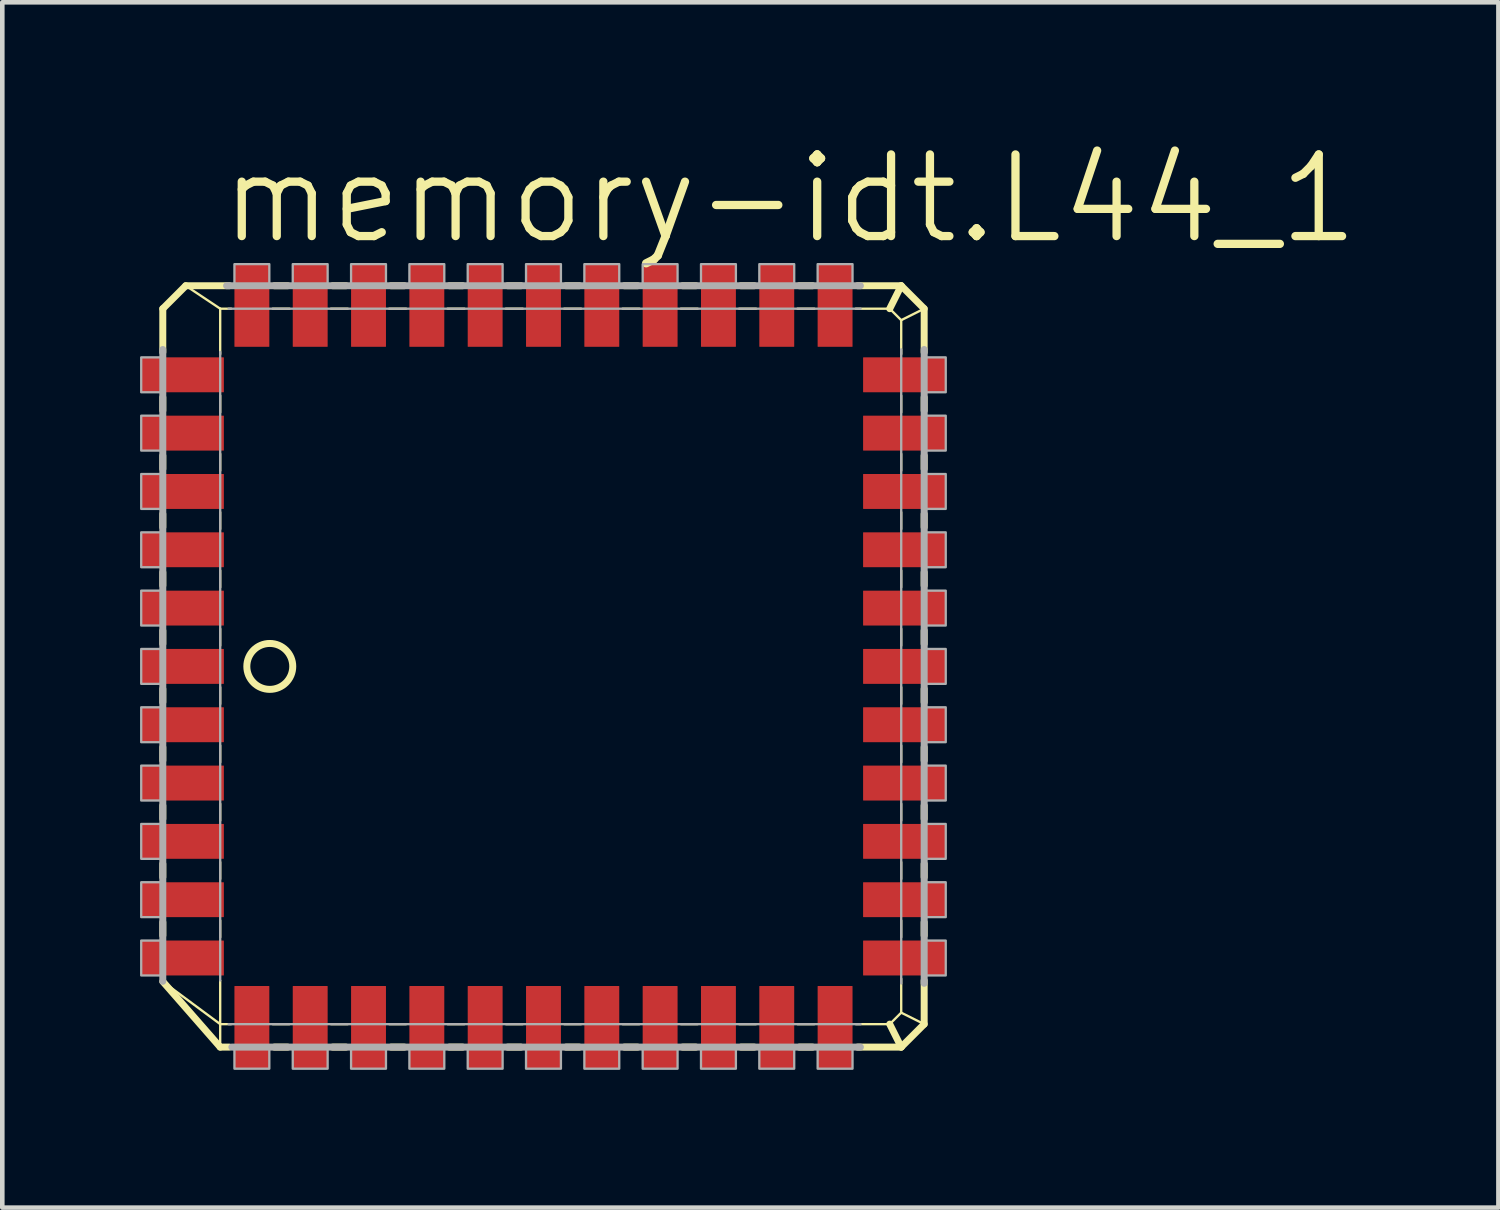
<source format=kicad_pcb>
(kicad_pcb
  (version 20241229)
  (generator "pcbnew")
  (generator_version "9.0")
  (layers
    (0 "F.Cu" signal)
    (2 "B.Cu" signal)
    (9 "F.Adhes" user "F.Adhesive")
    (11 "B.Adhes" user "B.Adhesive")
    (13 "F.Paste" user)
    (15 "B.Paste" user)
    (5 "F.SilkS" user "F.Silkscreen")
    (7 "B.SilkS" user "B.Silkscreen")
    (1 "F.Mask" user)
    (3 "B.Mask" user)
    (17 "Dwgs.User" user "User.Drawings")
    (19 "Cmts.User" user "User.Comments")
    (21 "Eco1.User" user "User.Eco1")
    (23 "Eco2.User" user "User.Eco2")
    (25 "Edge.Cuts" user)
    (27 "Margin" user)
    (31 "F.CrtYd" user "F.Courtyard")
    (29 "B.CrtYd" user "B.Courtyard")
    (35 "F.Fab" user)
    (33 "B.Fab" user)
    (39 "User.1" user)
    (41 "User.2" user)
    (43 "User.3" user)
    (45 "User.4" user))
  (footprint "memory-idt.L44_1"
    (layer "F.Cu")
    (at 8.785 11.462)
    (property "Reference" "memory-idt.L44_1" (at -7.112 -9.144 0) (layer "F.SilkS") (effects (font (size 1.778 1.778) (thickness 0.18)) (justify left bottom)))
    (attr smd)
    (fp_line (start -8.29 -7.79) (end -7.79 -8.29) (stroke (width 0.152) (type default)) (layer "F.SilkS"))
    (fp_line (start -8.29 -6.841) (end -8.29 -7.79) (stroke (width 0.152) (type default)) (layer "F.SilkS"))
    (fp_line (start -8.29 -5.571) (end -8.29 -5.859) (stroke (width 0.152) (type default)) (layer "F.SilkS"))
    (fp_line (start -8.29 -4.301) (end -8.29 -4.589) (stroke (width 0.152) (type default)) (layer "F.SilkS"))
    (fp_line (start -8.29 -3.031) (end -8.29 -3.319) (stroke (width 0.152) (type default)) (layer "F.SilkS"))
    (fp_line (start -8.29 -1.761) (end -8.29 -2.049) (stroke (width 0.152) (type default)) (layer "F.SilkS"))
    (fp_line (start -8.29 -0.491) (end -8.29 -0.779) (stroke (width 0.152) (type default)) (layer "F.SilkS"))
    (fp_line (start -8.29 0.779) (end -8.29 0.491) (stroke (width 0.152) (type default)) (layer "F.SilkS"))
    (fp_line (start -8.29 2.049) (end -8.29 1.761) (stroke (width 0.152) (type default)) (layer "F.SilkS"))
    (fp_line (start -8.29 3.319) (end -8.29 3.031) (stroke (width 0.152) (type default)) (layer "F.SilkS"))
    (fp_line (start -8.29 4.589) (end -8.29 4.301) (stroke (width 0.152) (type default)) (layer "F.SilkS"))
    (fp_line (start -8.29 5.859) (end -8.29 5.571) (stroke (width 0.152) (type default)) (layer "F.SilkS"))
    (fp_line (start -7.79 -8.29) (end -7.04 -7.79) (stroke (width 0.051) (type default)) (layer "F.SilkS"))
    (fp_line (start -7.79 -8.29) (end -6.841 -8.29) (stroke (width 0.152) (type default)) (layer "F.SilkS"))
    (fp_line (start -7.04 -7.79) (end -6.801 -7.79) (stroke (width 0.051) (type default)) (layer "F.SilkS"))
    (fp_line (start -7.04 -6.801) (end -7.04 -7.79) (stroke (width 0.051) (type default)) (layer "F.SilkS"))
    (fp_line (start -7.04 -5.531) (end -7.04 -5.899) (stroke (width 0.051) (type default)) (layer "F.SilkS"))
    (fp_line (start -7.04 -4.261) (end -7.04 -4.629) (stroke (width 0.051) (type default)) (layer "F.SilkS"))
    (fp_line (start -7.04 -2.991) (end -7.04 -3.359) (stroke (width 0.051) (type default)) (layer "F.SilkS"))
    (fp_line (start -7.04 -1.721) (end -7.04 -2.089) (stroke (width 0.051) (type default)) (layer "F.SilkS"))
    (fp_line (start -7.04 -0.451) (end -7.04 -0.819) (stroke (width 0.051) (type default)) (layer "F.SilkS"))
    (fp_line (start -7.04 0.819) (end -7.04 0.451) (stroke (width 0.051) (type default)) (layer "F.SilkS"))
    (fp_line (start -7.04 2.089) (end -7.04 1.721) (stroke (width 0.051) (type default)) (layer "F.SilkS"))
    (fp_line (start -7.04 3.359) (end -7.04 2.991) (stroke (width 0.051) (type default)) (layer "F.SilkS"))
    (fp_line (start -7.04 4.629) (end -7.04 4.261) (stroke (width 0.051) (type default)) (layer "F.SilkS"))
    (fp_line (start -7.04 5.899) (end -7.04 5.531) (stroke (width 0.051) (type default)) (layer "F.SilkS"))
    (fp_line (start -7.04 7.79) (end -8.279 6.872) (stroke (width 0.051) (type default)) (layer "F.SilkS"))
    (fp_line (start -7.04 7.79) (end -7.04 6.841) (stroke (width 0.051) (type default)) (layer "F.SilkS"))
    (fp_line (start -7.04 8.29) (end -8.29 6.861) (stroke (width 0.152) (type default)) (layer "F.SilkS"))
    (fp_line (start -7.04 8.29) (end -7.04 7.79) (stroke (width 0.051) (type default)) (layer "F.SilkS"))
    (fp_line (start -6.841 8.29) (end -7.04 8.29) (stroke (width 0.152) (type default)) (layer "F.SilkS"))
    (fp_line (start -6.801 7.79) (end -7.04 7.79) (stroke (width 0.051) (type default)) (layer "F.SilkS"))
    (fp_line (start -5.899 -7.79) (end -5.531 -7.79) (stroke (width 0.051) (type default)) (layer "F.SilkS"))
    (fp_line (start -5.859 -8.29) (end -5.571 -8.29) (stroke (width 0.152) (type default)) (layer "F.SilkS"))
    (fp_line (start -5.571 8.29) (end -5.859 8.29) (stroke (width 0.152) (type default)) (layer "F.SilkS"))
    (fp_line (start -5.531 7.79) (end -5.899 7.79) (stroke (width 0.051) (type default)) (layer "F.SilkS"))
    (fp_line (start -4.629 -7.79) (end -4.261 -7.79) (stroke (width 0.051) (type default)) (layer "F.SilkS"))
    (fp_line (start -4.589 -8.29) (end -4.301 -8.29) (stroke (width 0.152) (type default)) (layer "F.SilkS"))
    (fp_line (start -4.301 8.29) (end -4.589 8.29) (stroke (width 0.152) (type default)) (layer "F.SilkS"))
    (fp_line (start -4.261 7.79) (end -4.629 7.79) (stroke (width 0.051) (type default)) (layer "F.SilkS"))
    (fp_line (start -3.359 -7.79) (end -2.991 -7.79) (stroke (width 0.051) (type default)) (layer "F.SilkS"))
    (fp_line (start -3.319 -8.29) (end -3.031 -8.29) (stroke (width 0.152) (type default)) (layer "F.SilkS"))
    (fp_line (start -3.031 8.29) (end -3.319 8.29) (stroke (width 0.152) (type default)) (layer "F.SilkS"))
    (fp_line (start -2.991 7.79) (end -3.359 7.79) (stroke (width 0.051) (type default)) (layer "F.SilkS"))
    (fp_line (start -2.089 -7.79) (end -1.721 -7.79) (stroke (width 0.051) (type default)) (layer "F.SilkS"))
    (fp_line (start -2.049 -8.29) (end -1.761 -8.29) (stroke (width 0.152) (type default)) (layer "F.SilkS"))
    (fp_line (start -1.761 8.29) (end -2.049 8.29) (stroke (width 0.152) (type default)) (layer "F.SilkS"))
    (fp_line (start -1.721 7.79) (end -2.089 7.79) (stroke (width 0.051) (type default)) (layer "F.SilkS"))
    (fp_line (start -0.819 -7.79) (end -0.451 -7.79) (stroke (width 0.051) (type default)) (layer "F.SilkS"))
    (fp_line (start -0.779 -8.29) (end -0.491 -8.29) (stroke (width 0.152) (type default)) (layer "F.SilkS"))
    (fp_line (start -0.491 8.29) (end -0.779 8.29) (stroke (width 0.152) (type default)) (layer "F.SilkS"))
    (fp_line (start -0.451 7.79) (end -0.819 7.79) (stroke (width 0.051) (type default)) (layer "F.SilkS"))
    (fp_line (start 0.451 -7.79) (end 0.819 -7.79) (stroke (width 0.051) (type default)) (layer "F.SilkS"))
    (fp_line (start 0.491 -8.29) (end 0.779 -8.29) (stroke (width 0.152) (type default)) (layer "F.SilkS"))
    (fp_line (start 0.779 8.29) (end 0.491 8.29) (stroke (width 0.152) (type default)) (layer "F.SilkS"))
    (fp_line (start 0.819 7.79) (end 0.451 7.79) (stroke (width 0.051) (type default)) (layer "F.SilkS"))
    (fp_line (start 1.721 -7.79) (end 2.089 -7.79) (stroke (width 0.051) (type default)) (layer "F.SilkS"))
    (fp_line (start 1.761 -8.29) (end 2.049 -8.29) (stroke (width 0.152) (type default)) (layer "F.SilkS"))
    (fp_line (start 2.049 8.29) (end 1.761 8.29) (stroke (width 0.152) (type default)) (layer "F.SilkS"))
    (fp_line (start 2.089 7.79) (end 1.721 7.79) (stroke (width 0.051) (type default)) (layer "F.SilkS"))
    (fp_line (start 2.991 -7.79) (end 3.359 -7.79) (stroke (width 0.051) (type default)) (layer "F.SilkS"))
    (fp_line (start 3.031 -8.29) (end 3.319 -8.29) (stroke (width 0.152) (type default)) (layer "F.SilkS"))
    (fp_line (start 3.319 8.29) (end 3.031 8.29) (stroke (width 0.152) (type default)) (layer "F.SilkS"))
    (fp_line (start 3.359 7.79) (end 2.991 7.79) (stroke (width 0.051) (type default)) (layer "F.SilkS"))
    (fp_line (start 4.261 -7.79) (end 4.629 -7.79) (stroke (width 0.051) (type default)) (layer "F.SilkS"))
    (fp_line (start 4.301 -8.29) (end 4.589 -8.29) (stroke (width 0.152) (type default)) (layer "F.SilkS"))
    (fp_line (start 4.589 8.29) (end 4.301 8.29) (stroke (width 0.152) (type default)) (layer "F.SilkS"))
    (fp_line (start 4.629 7.79) (end 4.261 7.79) (stroke (width 0.051) (type default)) (layer "F.SilkS"))
    (fp_line (start 5.531 -7.79) (end 5.899 -7.79) (stroke (width 0.051) (type default)) (layer "F.SilkS"))
    (fp_line (start 5.571 -8.29) (end 5.859 -8.29) (stroke (width 0.152) (type default)) (layer "F.SilkS"))
    (fp_line (start 5.859 8.29) (end 5.571 8.29) (stroke (width 0.152) (type default)) (layer "F.SilkS"))
    (fp_line (start 5.899 7.79) (end 5.531 7.79) (stroke (width 0.051) (type default)) (layer "F.SilkS"))
    (fp_line (start 6.801 -7.79) (end 7.54 -7.79) (stroke (width 0.051) (type default)) (layer "F.SilkS"))
    (fp_line (start 6.841 -8.29) (end 7.79 -8.29) (stroke (width 0.152) (type default)) (layer "F.SilkS"))
    (fp_line (start 7.54 -7.79) (end 7.79 -8.29) (stroke (width 0.152) (type default)) (layer "F.SilkS"))
    (fp_line (start 7.54 -7.79) (end 7.79 -7.54) (stroke (width 0.051) (type default)) (layer "F.SilkS"))
    (fp_line (start 7.54 7.79) (end 6.801 7.79) (stroke (width 0.051) (type default)) (layer "F.SilkS"))
    (fp_line (start 7.79 -8.29) (end 8.29 -7.79) (stroke (width 0.152) (type default)) (layer "F.SilkS"))
    (fp_line (start 7.79 -7.54) (end 7.79 -6.801) (stroke (width 0.051) (type default)) (layer "F.SilkS"))
    (fp_line (start 7.79 -7.54) (end 8.29 -7.79) (stroke (width 0.051) (type default)) (layer "F.SilkS"))
    (fp_line (start 7.79 -5.899) (end 7.79 -5.531) (stroke (width 0.051) (type default)) (layer "F.SilkS"))
    (fp_line (start 7.79 -4.629) (end 7.79 -4.261) (stroke (width 0.051) (type default)) (layer "F.SilkS"))
    (fp_line (start 7.79 -3.359) (end 7.79 -2.991) (stroke (width 0.051) (type default)) (layer "F.SilkS"))
    (fp_line (start 7.79 -2.089) (end 7.79 -1.721) (stroke (width 0.051) (type default)) (layer "F.SilkS"))
    (fp_line (start 7.79 -0.819) (end 7.79 -0.451) (stroke (width 0.051) (type default)) (layer "F.SilkS"))
    (fp_line (start 7.79 0.451) (end 7.79 0.819) (stroke (width 0.051) (type default)) (layer "F.SilkS"))
    (fp_line (start 7.79 1.721) (end 7.79 2.089) (stroke (width 0.051) (type default)) (layer "F.SilkS"))
    (fp_line (start 7.79 2.991) (end 7.79 3.359) (stroke (width 0.051) (type default)) (layer "F.SilkS"))
    (fp_line (start 7.79 4.261) (end 7.79 4.629) (stroke (width 0.051) (type default)) (layer "F.SilkS"))
    (fp_line (start 7.79 5.531) (end 7.79 5.899) (stroke (width 0.051) (type default)) (layer "F.SilkS"))
    (fp_line (start 7.79 6.801) (end 7.79 7.54) (stroke (width 0.051) (type default)) (layer "F.SilkS"))
    (fp_line (start 7.79 7.54) (end 7.54 7.79) (stroke (width 0.051) (type default)) (layer "F.SilkS"))
    (fp_line (start 7.79 8.29) (end 6.841 8.29) (stroke (width 0.152) (type default)) (layer "F.SilkS"))
    (fp_line (start 7.79 8.29) (end 7.54 7.79) (stroke (width 0.152) (type default)) (layer "F.SilkS"))
    (fp_line (start 8.29 -7.79) (end 8.29 -6.841) (stroke (width 0.152) (type default)) (layer "F.SilkS"))
    (fp_line (start 8.29 -5.859) (end 8.29 -5.571) (stroke (width 0.152) (type default)) (layer "F.SilkS"))
    (fp_line (start 8.29 -4.589) (end 8.29 -4.301) (stroke (width 0.152) (type default)) (layer "F.SilkS"))
    (fp_line (start 8.29 -3.319) (end 8.29 -3.031) (stroke (width 0.152) (type default)) (layer "F.SilkS"))
    (fp_line (start 8.29 -2.049) (end 8.29 -1.761) (stroke (width 0.152) (type default)) (layer "F.SilkS"))
    (fp_line (start 8.29 -0.779) (end 8.29 -0.491) (stroke (width 0.152) (type default)) (layer "F.SilkS"))
    (fp_line (start 8.29 0.491) (end 8.29 0.779) (stroke (width 0.152) (type default)) (layer "F.SilkS"))
    (fp_line (start 8.29 1.761) (end 8.29 2.049) (stroke (width 0.152) (type default)) (layer "F.SilkS"))
    (fp_line (start 8.29 3.031) (end 8.29 3.319) (stroke (width 0.152) (type default)) (layer "F.SilkS"))
    (fp_line (start 8.29 4.301) (end 8.29 4.589) (stroke (width 0.152) (type default)) (layer "F.SilkS"))
    (fp_line (start 8.29 5.571) (end 8.29 5.859) (stroke (width 0.152) (type default)) (layer "F.SilkS"))
    (fp_line (start 8.29 6.841) (end 8.29 7.79) (stroke (width 0.152) (type default)) (layer "F.SilkS"))
    (fp_line (start 8.29 7.79) (end 7.79 7.54) (stroke (width 0.051) (type default)) (layer "F.SilkS"))
    (fp_line (start 8.29 7.79) (end 7.79 8.29) (stroke (width 0.152) (type default)) (layer "F.SilkS"))
    (fp_circle (center -5.96 0) (end -5.46 0) (stroke (width 0.152) (type default)) (fill no) (layer "F.SilkS"))
    (fp_line (start -8.29 6.857) (end -8.29 -6.901) (stroke (width 0.152) (type default)) (layer "F.Fab"))
    (fp_line (start -7.04 6.84) (end -7.04 -6.85) (stroke (width 0.051) (type default)) (layer "F.Fab"))
    (fp_line (start -6.901 -8.29) (end 6.901 -8.29) (stroke (width 0.152) (type default)) (layer "F.Fab"))
    (fp_line (start -6.858 -7.79) (end 6.905 -7.79) (stroke (width 0.051) (type default)) (layer "F.Fab"))
    (fp_line (start 6.901 8.29) (end -6.786 8.29) (stroke (width 0.152) (type default)) (layer "F.Fab"))
    (fp_line (start 6.905 7.79) (end -6.858 7.79) (stroke (width 0.051) (type default)) (layer "F.Fab"))
    (fp_line (start 7.79 -6.905) (end 7.79 6.905) (stroke (width 0.051) (type default)) (layer "F.Fab"))
    (fp_line (start 8.29 -6.901) (end 8.29 6.901) (stroke (width 0.152) (type default)) (layer "F.Fab"))
    (fp_rect (start -8.76 -5.97) (end -8.29 -6.73) (stroke (width 0.05) (type default)) (fill no) (layer "F.Fab"))
    (fp_rect (start -8.76 -4.7) (end -8.29 -5.46) (stroke (width 0.05) (type default)) (fill no) (layer "F.Fab"))
    (fp_rect (start -8.76 -3.43) (end -8.29 -4.19) (stroke (width 0.05) (type default)) (fill no) (layer "F.Fab"))
    (fp_rect (start -8.76 -2.16) (end -8.29 -2.92) (stroke (width 0.05) (type default)) (fill no) (layer "F.Fab"))
    (fp_rect (start -8.76 -0.89) (end -8.29 -1.65) (stroke (width 0.05) (type default)) (fill no) (layer "F.Fab"))
    (fp_rect (start -8.76 0.38) (end -8.29 -0.38) (stroke (width 0.05) (type default)) (fill no) (layer "F.Fab"))
    (fp_rect (start -8.76 1.65) (end -8.29 0.89) (stroke (width 0.05) (type default)) (fill no) (layer "F.Fab"))
    (fp_rect (start -8.76 2.92) (end -8.29 2.16) (stroke (width 0.05) (type default)) (fill no) (layer "F.Fab"))
    (fp_rect (start -8.76 4.19) (end -8.29 3.43) (stroke (width 0.05) (type default)) (fill no) (layer "F.Fab"))
    (fp_rect (start -8.76 5.46) (end -8.29 4.7) (stroke (width 0.05) (type default)) (fill no) (layer "F.Fab"))
    (fp_rect (start -8.76 6.73) (end -8.29 5.97) (stroke (width 0.05) (type default)) (fill no) (layer "F.Fab"))
    (fp_rect (start -6.73 -8.29) (end -5.97 -8.76) (stroke (width 0.05) (type default)) (fill no) (layer "F.Fab"))
    (fp_rect (start -6.73 8.76) (end -5.97 8.29) (stroke (width 0.05) (type default)) (fill no) (layer "F.Fab"))
    (fp_rect (start -5.46 -8.29) (end -4.7 -8.76) (stroke (width 0.05) (type default)) (fill no) (layer "F.Fab"))
    (fp_rect (start -5.46 8.76) (end -4.7 8.29) (stroke (width 0.05) (type default)) (fill no) (layer "F.Fab"))
    (fp_rect (start -4.19 -8.29) (end -3.43 -8.76) (stroke (width 0.05) (type default)) (fill no) (layer "F.Fab"))
    (fp_rect (start -4.19 8.76) (end -3.43 8.29) (stroke (width 0.05) (type default)) (fill no) (layer "F.Fab"))
    (fp_rect (start -2.92 -8.29) (end -2.16 -8.76) (stroke (width 0.05) (type default)) (fill no) (layer "F.Fab"))
    (fp_rect (start -2.92 8.76) (end -2.16 8.29) (stroke (width 0.05) (type default)) (fill no) (layer "F.Fab"))
    (fp_rect (start -1.65 -8.29) (end -0.89 -8.76) (stroke (width 0.05) (type default)) (fill no) (layer "F.Fab"))
    (fp_rect (start -1.65 8.76) (end -0.89 8.29) (stroke (width 0.05) (type default)) (fill no) (layer "F.Fab"))
    (fp_rect (start -0.38 -8.29) (end 0.38 -8.76) (stroke (width 0.05) (type default)) (fill no) (layer "F.Fab"))
    (fp_rect (start -0.38 8.76) (end 0.38 8.29) (stroke (width 0.05) (type default)) (fill no) (layer "F.Fab"))
    (fp_rect (start 0.89 -8.29) (end 1.65 -8.76) (stroke (width 0.05) (type default)) (fill no) (layer "F.Fab"))
    (fp_rect (start 0.89 8.76) (end 1.65 8.29) (stroke (width 0.05) (type default)) (fill no) (layer "F.Fab"))
    (fp_rect (start 2.16 -8.29) (end 2.92 -8.76) (stroke (width 0.05) (type default)) (fill no) (layer "F.Fab"))
    (fp_rect (start 2.16 8.76) (end 2.92 8.29) (stroke (width 0.05) (type default)) (fill no) (layer "F.Fab"))
    (fp_rect (start 3.43 -8.29) (end 4.19 -8.76) (stroke (width 0.05) (type default)) (fill no) (layer "F.Fab"))
    (fp_rect (start 3.43 8.76) (end 4.19 8.29) (stroke (width 0.05) (type default)) (fill no) (layer "F.Fab"))
    (fp_rect (start 4.7 -8.29) (end 5.46 -8.76) (stroke (width 0.05) (type default)) (fill no) (layer "F.Fab"))
    (fp_rect (start 4.7 8.76) (end 5.46 8.29) (stroke (width 0.05) (type default)) (fill no) (layer "F.Fab"))
    (fp_rect (start 5.97 -8.29) (end 6.73 -8.76) (stroke (width 0.05) (type default)) (fill no) (layer "F.Fab"))
    (fp_rect (start 5.97 8.76) (end 6.73 8.29) (stroke (width 0.05) (type default)) (fill no) (layer "F.Fab"))
    (fp_rect (start 8.29 -5.97) (end 8.76 -6.73) (stroke (width 0.05) (type default)) (fill no) (layer "F.Fab"))
    (fp_rect (start 8.29 -4.7) (end 8.76 -5.46) (stroke (width 0.05) (type default)) (fill no) (layer "F.Fab"))
    (fp_rect (start 8.29 -3.43) (end 8.76 -4.19) (stroke (width 0.05) (type default)) (fill no) (layer "F.Fab"))
    (fp_rect (start 8.29 -2.16) (end 8.76 -2.92) (stroke (width 0.05) (type default)) (fill no) (layer "F.Fab"))
    (fp_rect (start 8.29 -0.89) (end 8.76 -1.65) (stroke (width 0.05) (type default)) (fill no) (layer "F.Fab"))
    (fp_rect (start 8.29 0.38) (end 8.76 -0.38) (stroke (width 0.05) (type default)) (fill no) (layer "F.Fab"))
    (fp_rect (start 8.29 1.65) (end 8.76 0.89) (stroke (width 0.05) (type default)) (fill no) (layer "F.Fab"))
    (fp_rect (start 8.29 2.92) (end 8.76 2.16) (stroke (width 0.05) (type default)) (fill no) (layer "F.Fab"))
    (fp_rect (start 8.29 4.19) (end 8.76 3.43) (stroke (width 0.05) (type default)) (fill no) (layer "F.Fab"))
    (fp_rect (start 8.29 5.46) (end 8.76 4.7) (stroke (width 0.05) (type default)) (fill no) (layer "F.Fab"))
    (fp_rect (start 8.29 6.73) (end 8.76 5.97) (stroke (width 0.05) (type default)) (fill no) (layer "F.Fab"))
    (pad "1" smd roundrect (at -7.86 0) (size 1.8 0.76) (layers "F.Cu" "F.Mask" "F.Paste") (roundrect_rratio 0.01))
    (pad "2" smd roundrect (at -7.86 1.27) (size 1.8 0.76) (layers "F.Cu" "F.Mask" "F.Paste") (roundrect_rratio 0.01))
    (pad "3" smd roundrect (at -7.86 2.54) (size 1.8 0.76) (layers "F.Cu" "F.Mask" "F.Paste") (roundrect_rratio 0.01))
    (pad "4" smd roundrect (at -7.86 3.81) (size 1.8 0.76) (layers "F.Cu" "F.Mask" "F.Paste") (roundrect_rratio 0.01))
    (pad "5" smd roundrect (at -7.86 5.08) (size 1.8 0.76) (layers "F.Cu" "F.Mask" "F.Paste") (roundrect_rratio 0.01))
    (pad "6" smd roundrect (at -7.86 6.35) (size 1.8 0.76) (layers "F.Cu" "F.Mask" "F.Paste") (roundrect_rratio 0.01))
    (pad "7" smd roundrect (at -6.35 7.86) (size 0.76 1.8) (layers "F.Cu" "F.Mask" "F.Paste") (roundrect_rratio 0.01))
    (pad "8" smd roundrect (at -5.08 7.86) (size 0.76 1.8) (layers "F.Cu" "F.Mask" "F.Paste") (roundrect_rratio 0.01))
    (pad "9" smd roundrect (at -3.81 7.86) (size 0.76 1.8) (layers "F.Cu" "F.Mask" "F.Paste") (roundrect_rratio 0.01))
    (pad "10" smd roundrect (at -2.54 7.86) (size 0.76 1.8) (layers "F.Cu" "F.Mask" "F.Paste") (roundrect_rratio 0.01))
    (pad "11" smd roundrect (at -1.27 7.86) (size 0.76 1.8) (layers "F.Cu" "F.Mask" "F.Paste") (roundrect_rratio 0.01))
    (pad "12" smd roundrect (at 0 7.86) (size 0.76 1.8) (layers "F.Cu" "F.Mask" "F.Paste") (roundrect_rratio 0.01))
    (pad "13" smd roundrect (at 1.27 7.86) (size 0.76 1.8) (layers "F.Cu" "F.Mask" "F.Paste") (roundrect_rratio 0.01))
    (pad "14" smd roundrect (at 2.54 7.86) (size 0.76 1.8) (layers "F.Cu" "F.Mask" "F.Paste") (roundrect_rratio 0.01))
    (pad "15" smd roundrect (at 3.81 7.86) (size 0.76 1.8) (layers "F.Cu" "F.Mask" "F.Paste") (roundrect_rratio 0.01))
    (pad "16" smd roundrect (at 5.08 7.86) (size 0.76 1.8) (layers "F.Cu" "F.Mask" "F.Paste") (roundrect_rratio 0.01))
    (pad "17" smd roundrect (at 6.35 7.86) (size 0.76 1.8) (layers "F.Cu" "F.Mask" "F.Paste") (roundrect_rratio 0.01))
    (pad "18" smd roundrect (at 7.86 6.35) (size 1.8 0.76) (layers "F.Cu" "F.Mask" "F.Paste") (roundrect_rratio 0.01))
    (pad "19" smd roundrect (at 7.86 5.08) (size 1.8 0.76) (layers "F.Cu" "F.Mask" "F.Paste") (roundrect_rratio 0.01))
    (pad "20" smd roundrect (at 7.86 3.81) (size 1.8 0.76) (layers "F.Cu" "F.Mask" "F.Paste") (roundrect_rratio 0.01))
    (pad "21" smd roundrect (at 7.86 2.54) (size 1.8 0.76) (layers "F.Cu" "F.Mask" "F.Paste") (roundrect_rratio 0.01))
    (pad "22" smd roundrect (at 7.86 1.27) (size 1.8 0.76) (layers "F.Cu" "F.Mask" "F.Paste") (roundrect_rratio 0.01))
    (pad "23" smd roundrect (at 7.86 0) (size 1.8 0.76) (layers "F.Cu" "F.Mask" "F.Paste") (roundrect_rratio 0.01))
    (pad "24" smd roundrect (at 7.86 -1.27) (size 1.8 0.76) (layers "F.Cu" "F.Mask" "F.Paste") (roundrect_rratio 0.01))
    (pad "25" smd roundrect (at 7.86 -2.54) (size 1.8 0.76) (layers "F.Cu" "F.Mask" "F.Paste") (roundrect_rratio 0.01))
    (pad "26" smd roundrect (at 7.86 -3.81) (size 1.8 0.76) (layers "F.Cu" "F.Mask" "F.Paste") (roundrect_rratio 0.01))
    (pad "27" smd roundrect (at 7.86 -5.08) (size 1.8 0.76) (layers "F.Cu" "F.Mask" "F.Paste") (roundrect_rratio 0.01))
    (pad "28" smd roundrect (at 7.86 -6.35) (size 1.8 0.76) (layers "F.Cu" "F.Mask" "F.Paste") (roundrect_rratio 0.01))
    (pad "29" smd roundrect (at 6.35 -7.86) (size 0.76 1.8) (layers "F.Cu" "F.Mask" "F.Paste") (roundrect_rratio 0.01))
    (pad "30" smd roundrect (at 5.08 -7.86) (size 0.76 1.8) (layers "F.Cu" "F.Mask" "F.Paste") (roundrect_rratio 0.01))
    (pad "31" smd roundrect (at 3.81 -7.86) (size 0.76 1.8) (layers "F.Cu" "F.Mask" "F.Paste") (roundrect_rratio 0.01))
    (pad "32" smd roundrect (at 2.54 -7.86) (size 0.76 1.8) (layers "F.Cu" "F.Mask" "F.Paste") (roundrect_rratio 0.01))
    (pad "33" smd roundrect (at 1.27 -7.86) (size 0.76 1.8) (layers "F.Cu" "F.Mask" "F.Paste") (roundrect_rratio 0.01))
    (pad "34" smd roundrect (at 0 -7.86) (size 0.76 1.8) (layers "F.Cu" "F.Mask" "F.Paste") (roundrect_rratio 0.01))
    (pad "35" smd roundrect (at -1.27 -7.86) (size 0.76 1.8) (layers "F.Cu" "F.Mask" "F.Paste") (roundrect_rratio 0.01))
    (pad "36" smd roundrect (at -2.54 -7.86) (size 0.76 1.8) (layers "F.Cu" "F.Mask" "F.Paste") (roundrect_rratio 0.01))
    (pad "37" smd roundrect (at -3.81 -7.86) (size 0.76 1.8) (layers "F.Cu" "F.Mask" "F.Paste") (roundrect_rratio 0.01))
    (pad "38" smd roundrect (at -5.08 -7.86) (size 0.76 1.8) (layers "F.Cu" "F.Mask" "F.Paste") (roundrect_rratio 0.01))
    (pad "39" smd roundrect (at -6.35 -7.86) (size 0.76 1.8) (layers "F.Cu" "F.Mask" "F.Paste") (roundrect_rratio 0.01))
    (pad "40" smd roundrect (at -7.86 -6.35) (size 1.8 0.76) (layers "F.Cu" "F.Mask" "F.Paste") (roundrect_rratio 0.01))
    (pad "41" smd roundrect (at -7.86 -5.08) (size 1.8 0.76) (layers "F.Cu" "F.Mask" "F.Paste") (roundrect_rratio 0.01))
    (pad "42" smd roundrect (at -7.86 -3.81) (size 1.8 0.76) (layers "F.Cu" "F.Mask" "F.Paste") (roundrect_rratio 0.01))
    (pad "43" smd roundrect (at -7.86 -2.54) (size 1.8 0.76) (layers "F.Cu" "F.Mask" "F.Paste") (roundrect_rratio 0.01))
    (pad "44" smd roundrect (at -7.86 -1.27) (size 1.8 0.76) (layers "F.Cu" "F.Mask" "F.Paste") (roundrect_rratio 0.01)))
  (gr_rect
    (start -3 -3)
    (end 29.58 23.247)
    (stroke (width 0.1) (type default))
    (fill no)
    (layer "Edge.Cuts")))
</source>
